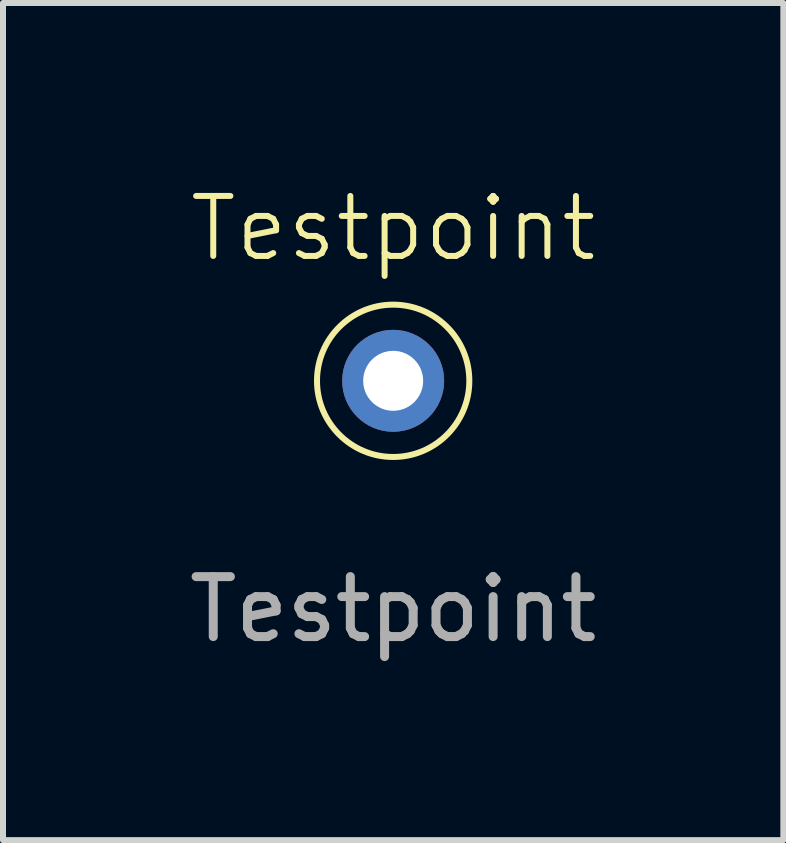
<source format=kicad_pcb>
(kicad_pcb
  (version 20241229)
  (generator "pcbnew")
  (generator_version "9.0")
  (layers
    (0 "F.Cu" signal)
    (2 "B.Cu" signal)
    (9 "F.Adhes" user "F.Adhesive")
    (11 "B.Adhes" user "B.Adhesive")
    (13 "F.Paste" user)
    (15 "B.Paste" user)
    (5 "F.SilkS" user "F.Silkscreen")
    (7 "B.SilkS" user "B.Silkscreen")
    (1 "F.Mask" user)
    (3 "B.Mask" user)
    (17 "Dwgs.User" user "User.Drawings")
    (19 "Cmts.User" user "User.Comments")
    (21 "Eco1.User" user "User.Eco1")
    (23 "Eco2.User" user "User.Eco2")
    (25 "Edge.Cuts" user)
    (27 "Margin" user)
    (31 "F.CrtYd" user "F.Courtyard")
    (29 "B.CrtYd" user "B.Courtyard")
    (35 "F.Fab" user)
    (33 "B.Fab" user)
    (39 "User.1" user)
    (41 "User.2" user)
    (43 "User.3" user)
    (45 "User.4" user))
  (footprint "Testpoint"
    (layer "F.Cu")
    (at 3.506 3.3)
    (property "Reference" "Testpoint" (at 0 -2.54 0) (unlocked yes) (layer "F.SilkS") (effects (font (size 1 1) (thickness 0.1))))
    (attr smd)
    (fp_circle (center 0 0) (end 1.27 0) (stroke (width 0.1) (type default)) (fill no) (layer "F.SilkS"))
    (fp_text user "${REFERENCE}" (at 0 3.81 0) (unlocked yes) (layer "F.Fab") (effects (font (size 1 1) (thickness 0.15))))
    (pad "1" thru_hole oval (at 0 0) (size 1.7 1.7) (drill 1) (layers "*.Cu" "*.Mask")))
  (gr_rect
    (start -3 -3)
    (end 10.012 10.959)
    (stroke (width 0.1) (type default))
    (fill no)
    (layer "Edge.Cuts")))
</source>
